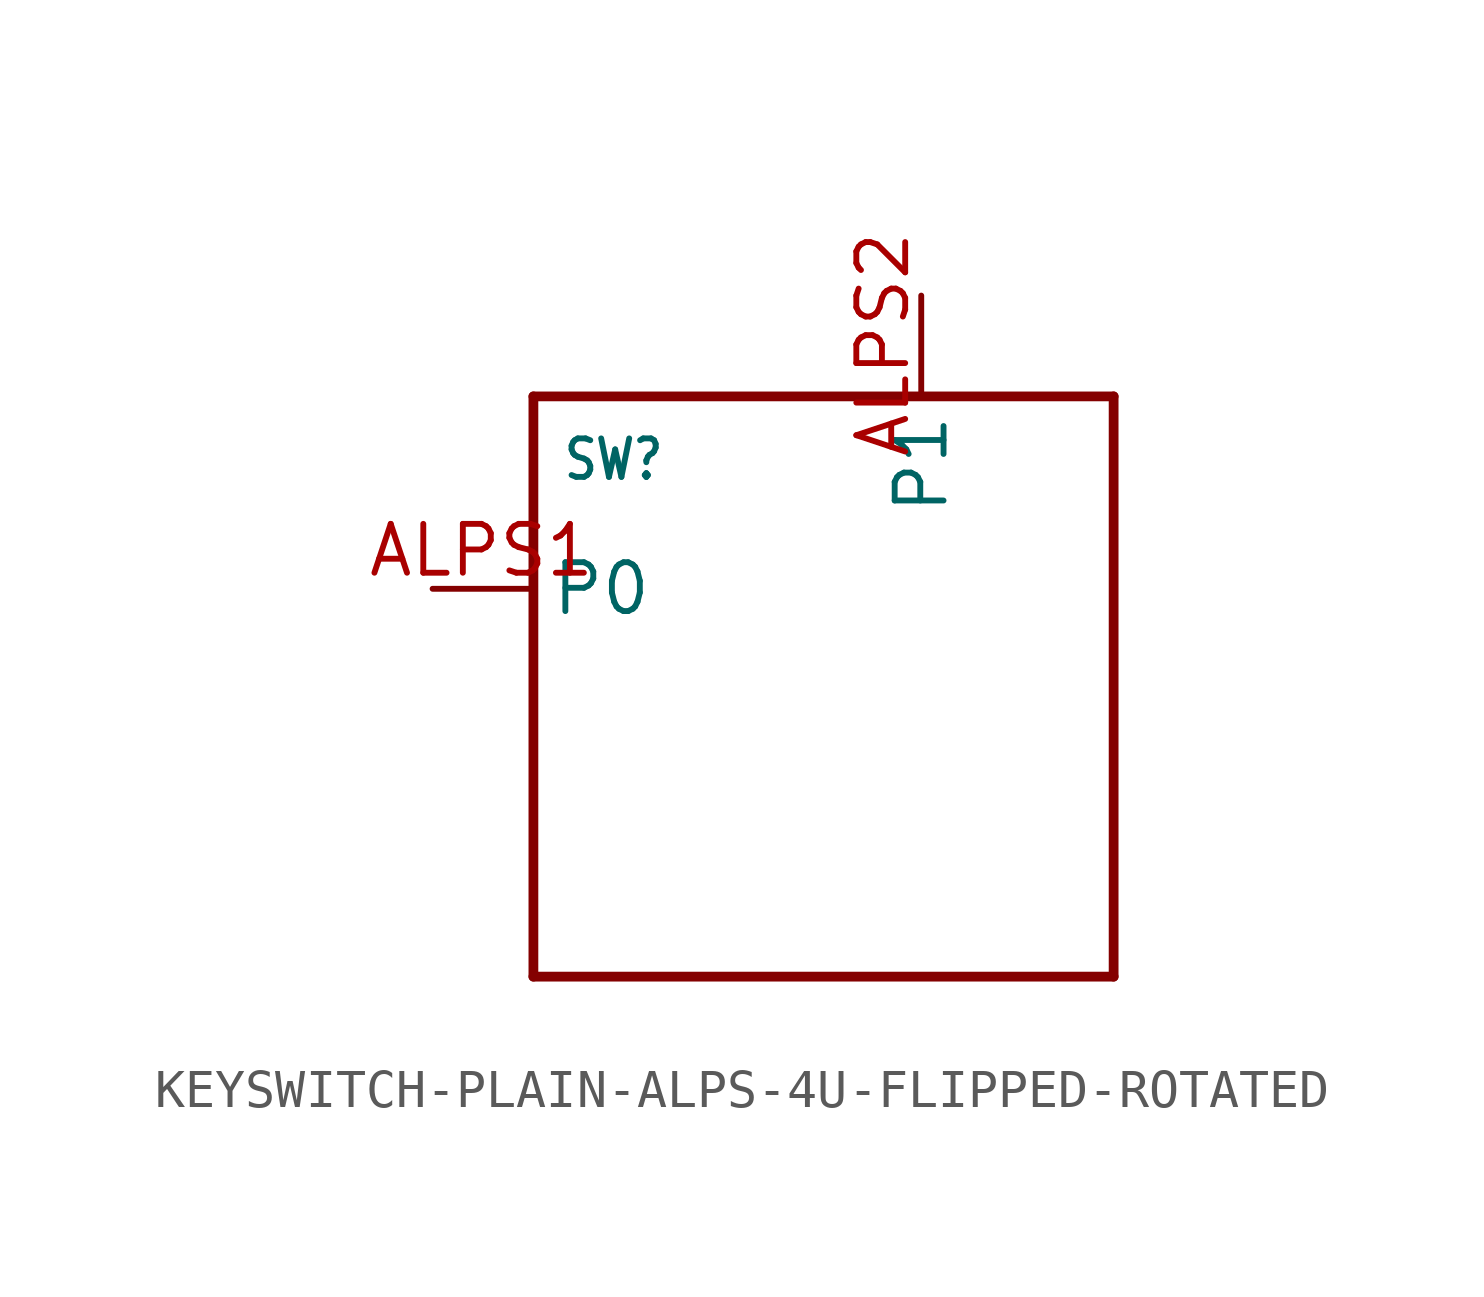
<source format=kicad_sym>
(kicad_symbol_lib
  (version 20211014)
  (generator kicad_symbol_editor)
  (symbol "KEYSWITCH-PLAIN-ALPS-4U-FLIPPED-ROTATED"
    (property "Reference" "SW"
      (at -6.81 5.318 0)
      (effects (font (size 1 0.85)) (justify left bottom)))
    (property "ki_locked" ""
      (at 0 0 0)
      (effects (font (size 1.27 1.27))))
    (symbol "KEYSWITCH-PLAIN-ALPS-4U-FLIPPED-ROTATED_1_0"
      (polyline (pts (xy -7.54 -7.54) (xy -7.54 7.54)) (stroke (width 0.254) (type default) (color 0 0 0 0)) (fill (type none)))
      (polyline (pts (xy -7.54 7.54) (xy 7.54 7.54)) (stroke (width 0.254) (type default) (color 0 0 0 0)) (fill (type none)))
      (polyline (pts (xy 7.54 -7.54) (xy -7.54 -7.54)) (stroke (width 0.254) (type default) (color 0 0 0 0)) (fill (type none)))
      (polyline (pts (xy 7.54 7.54) (xy 7.54 -7.54)) (stroke (width 0.254) (type default) (color 0 0 0 0)) (fill (type none)))
      (pin bidirectional line (at -10.16 2.54 0) (length 2.54) (name "P0" (effects (font (size 1.27 1.27)))) (number "ALPS1" (effects (font (size 1.27 1.27)))))
      (pin bidirectional line (at 2.54 10.16 270) (length 2.54) (name "P1" (effects (font (size 1.27 1.27)))) (number "ALPS2" (effects (font (size 1.27 1.27))))))))
</source>
